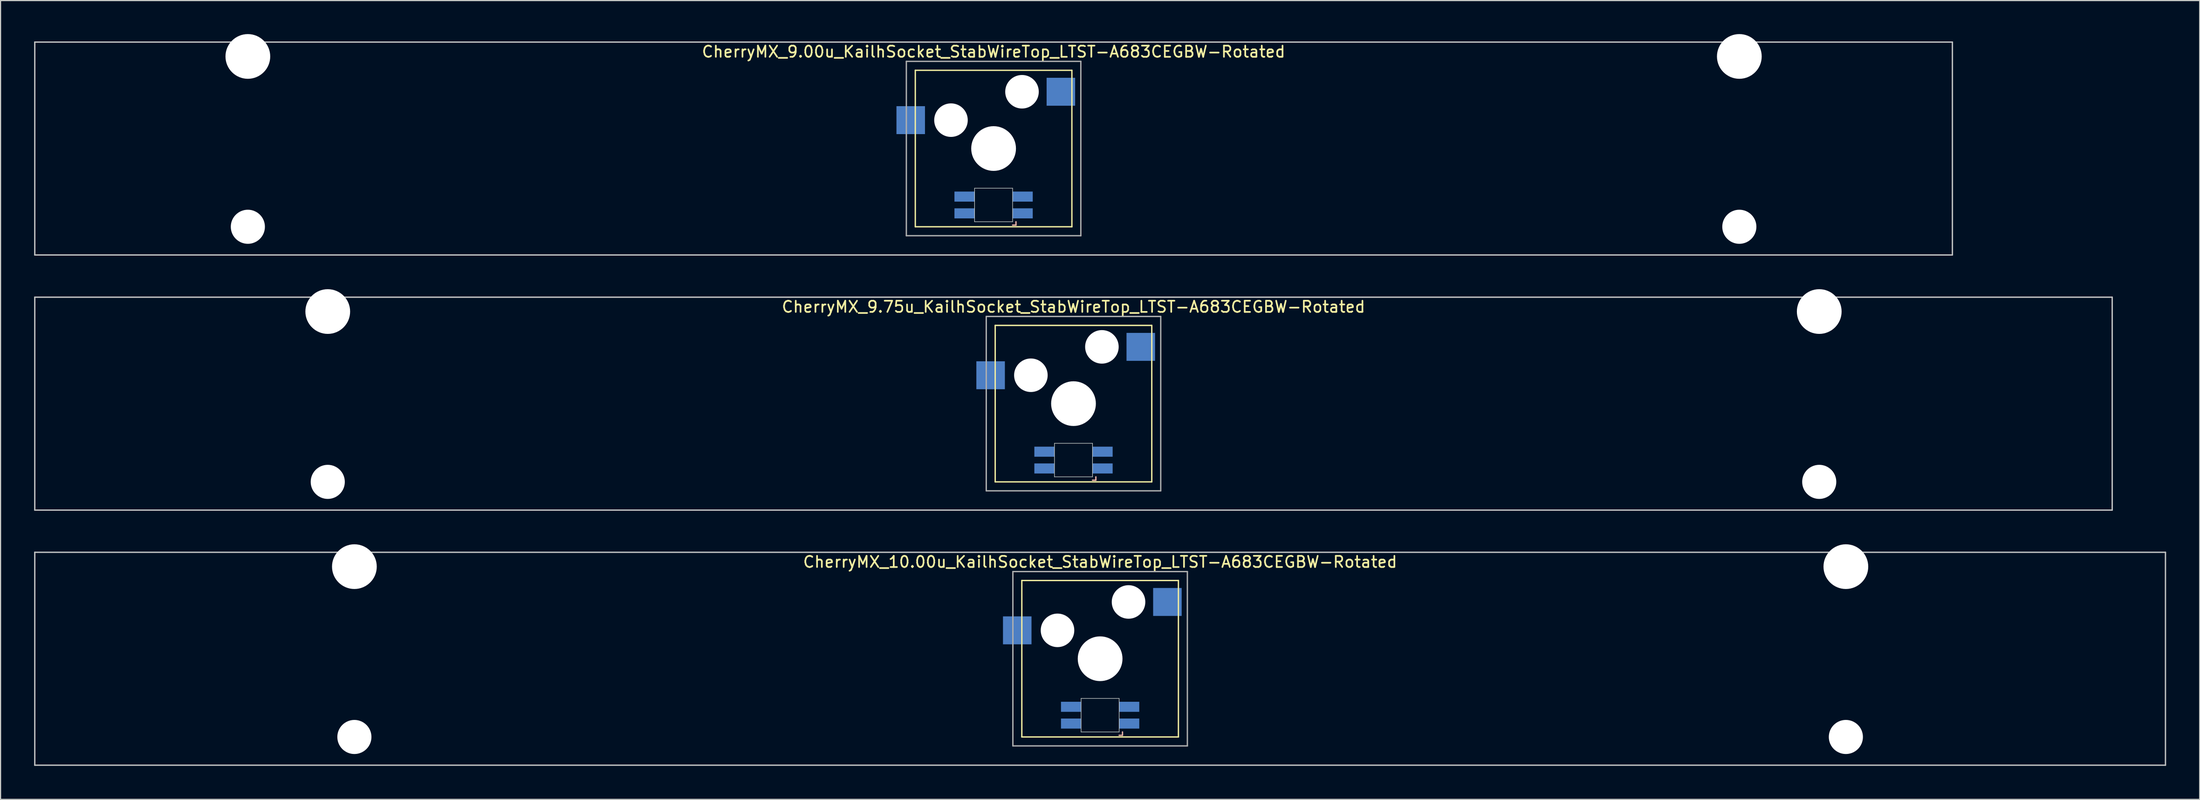
<source format=kicad_pcb>
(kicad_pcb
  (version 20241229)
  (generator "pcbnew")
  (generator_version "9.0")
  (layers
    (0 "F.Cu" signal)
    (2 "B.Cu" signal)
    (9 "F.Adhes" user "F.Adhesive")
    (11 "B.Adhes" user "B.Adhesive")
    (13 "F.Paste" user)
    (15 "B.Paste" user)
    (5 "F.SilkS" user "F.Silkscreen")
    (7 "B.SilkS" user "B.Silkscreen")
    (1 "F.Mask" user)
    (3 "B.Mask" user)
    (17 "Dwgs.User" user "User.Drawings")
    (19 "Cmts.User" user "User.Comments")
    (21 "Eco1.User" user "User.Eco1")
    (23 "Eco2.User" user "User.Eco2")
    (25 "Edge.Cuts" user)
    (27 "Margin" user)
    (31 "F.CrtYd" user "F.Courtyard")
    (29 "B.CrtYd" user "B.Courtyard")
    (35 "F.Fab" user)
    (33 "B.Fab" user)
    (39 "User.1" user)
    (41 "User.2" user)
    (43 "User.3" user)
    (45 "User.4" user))
  (footprint "CherryMX_9.75u_KailhSocket_StabWireTop_LTST-A683CEGBW-Rotated"
    (layer "F.Cu")
    (at 92.929 33.065)
    (property "Reference" "CherryMX_9.75u_KailhSocket_StabWireTop_LTST-A683CEGBW-Rotated" (at 0 -8.662 0) (layer "F.SilkS") (effects (font (size 1 1) (thickness 0.15))))
    (attr through_hole)
    (fp_line (start -7 -7) (end -7 7) (stroke (width 0.12) (type solid)) (layer "F.SilkS"))
    (fp_line (start -7 -7) (end 7 -7) (stroke (width 0.12) (type solid)) (layer "F.SilkS"))
    (fp_line (start 7 -7) (end 7 7) (stroke (width 0.12) (type solid)) (layer "F.SilkS"))
    (fp_line (start 7 7) (end -7 7) (stroke (width 0.12) (type solid)) (layer "F.SilkS"))
    (fp_line (start 1.7 6.85) (end 2 6.85) (stroke (width 0.12) (type solid)) (layer "B.SilkS"))
    (fp_line (start 2 6.85) (end 2 6.55) (stroke (width 0.12) (type solid)) (layer "B.SilkS"))
    (fp_line (start -92.869 -9.525) (end 92.869 -9.525) (stroke (width 0.12) (type solid)) (layer "Dwgs.User"))
    (fp_line (start -92.869 9.525) (end -92.869 -9.525) (stroke (width 0.12) (type solid)) (layer "Dwgs.User"))
    (fp_line (start 92.869 -9.525) (end 92.869 9.525) (stroke (width 0.12) (type solid)) (layer "Dwgs.User"))
    (fp_line (start 92.869 9.525) (end -92.869 9.525) (stroke (width 0.12) (type solid)) (layer "Dwgs.User"))
    (fp_line (start -1.7 3.55) (end 1.7 3.55) (stroke (width 0.05) (type solid)) (layer "Edge.Cuts"))
    (fp_line (start -1.7 6.55) (end -1.7 3.55) (stroke (width 0.05) (type solid)) (layer "Edge.Cuts"))
    (fp_line (start 1.7 3.55) (end 1.7 6.55) (stroke (width 0.05) (type solid)) (layer "Edge.Cuts"))
    (fp_line (start 1.7 6.55) (end -1.7 6.55) (stroke (width 0.05) (type solid)) (layer "Edge.Cuts"))
    (fp_line (start -7.8 -7.8) (end -7.8 7.8) (stroke (width 0.12) (type solid)) (layer "F.Fab"))
    (fp_line (start -7.8 -7.8) (end 7.8 -7.8) (stroke (width 0.12) (type solid)) (layer "F.Fab"))
    (fp_line (start -7.8 7.8) (end 7.8 7.8) (stroke (width 0.12) (type solid)) (layer "F.Fab"))
    (fp_line (start 7.8 -7.8) (end 7.8 7.8) (stroke (width 0.12) (type solid)) (layer "F.Fab"))
    (pad "" np_thru_hole circle (at -66.675 -8.24) (size 4 4) (drill 4) (layers "*.Cu" "*.Mask"))
    (pad "" np_thru_hole circle (at -66.675 7) (size 3.05 3.05) (drill 3.05) (layers "*.Cu" "*.Mask"))
    (pad "" np_thru_hole circle (at -3.81 -2.54) (size 3 3) (drill 3) (layers "*.Cu" "*.Mask"))
    (pad "" np_thru_hole circle (at 0 0) (size 4 4) (drill 4) (layers "*.Cu" "*.Mask"))
    (pad "" np_thru_hole circle (at 2.54 -5.08) (size 3 3) (drill 3) (layers "*.Cu" "*.Mask"))
    (pad "" np_thru_hole circle (at 66.675 -8.24) (size 4 4) (drill 4) (layers "*.Cu" "*.Mask"))
    (pad "" np_thru_hole circle (at 66.675 7) (size 3.05 3.05) (drill 3.05) (layers "*.Cu" "*.Mask"))
    (pad "1" smd rect (at -7.41 -2.54) (size 2.55 2.5) (layers "B.Cu" "B.Mask" "B.Paste"))
    (pad "2" smd rect (at 6.015 -5.08) (size 2.55 2.5) (layers "B.Cu" "B.Mask" "B.Paste"))
    (pad "3" smd rect (at 2.6 5.8) (size 1.8 0.9) (layers "B.Cu" "B.Mask" "B.Paste"))
    (pad "4" smd rect (at 2.6 4.3) (size 1.8 0.9) (layers "B.Cu" "B.Mask" "B.Paste"))
    (pad "5" smd rect (at -2.6 5.8) (size 1.8 0.9) (layers "B.Cu" "B.Mask" "B.Paste"))
    (pad "6" smd rect (at -2.6 4.3) (size 1.8 0.9) (layers "B.Cu" "B.Mask" "B.Paste")))
  (footprint "CherryMX_9.00u_KailhSocket_StabWireTop_LTST-A683CEGBW-Rotated"
    (layer "F.Cu")
    (at 85.785 10.24)
    (property "Reference" "CherryMX_9.00u_KailhSocket_StabWireTop_LTST-A683CEGBW-Rotated" (at 0 -8.662 0) (layer "F.SilkS") (effects (font (size 1 1) (thickness 0.15))))
    (attr through_hole)
    (fp_line (start -7 -7) (end -7 7) (stroke (width 0.12) (type solid)) (layer "F.SilkS"))
    (fp_line (start -7 -7) (end 7 -7) (stroke (width 0.12) (type solid)) (layer "F.SilkS"))
    (fp_line (start 7 -7) (end 7 7) (stroke (width 0.12) (type solid)) (layer "F.SilkS"))
    (fp_line (start 7 7) (end -7 7) (stroke (width 0.12) (type solid)) (layer "F.SilkS"))
    (fp_line (start 1.7 6.85) (end 2 6.85) (stroke (width 0.12) (type solid)) (layer "B.SilkS"))
    (fp_line (start 2 6.85) (end 2 6.55) (stroke (width 0.12) (type solid)) (layer "B.SilkS"))
    (fp_line (start -85.725 -9.525) (end 85.725 -9.525) (stroke (width 0.12) (type solid)) (layer "Dwgs.User"))
    (fp_line (start -85.725 9.525) (end -85.725 -9.525) (stroke (width 0.12) (type solid)) (layer "Dwgs.User"))
    (fp_line (start 85.725 -9.525) (end 85.725 9.525) (stroke (width 0.12) (type solid)) (layer "Dwgs.User"))
    (fp_line (start 85.725 9.525) (end -85.725 9.525) (stroke (width 0.12) (type solid)) (layer "Dwgs.User"))
    (fp_line (start -1.7 3.55) (end 1.7 3.55) (stroke (width 0.05) (type solid)) (layer "Edge.Cuts"))
    (fp_line (start -1.7 6.55) (end -1.7 3.55) (stroke (width 0.05) (type solid)) (layer "Edge.Cuts"))
    (fp_line (start 1.7 3.55) (end 1.7 6.55) (stroke (width 0.05) (type solid)) (layer "Edge.Cuts"))
    (fp_line (start 1.7 6.55) (end -1.7 6.55) (stroke (width 0.05) (type solid)) (layer "Edge.Cuts"))
    (fp_line (start -7.8 -7.8) (end -7.8 7.8) (stroke (width 0.12) (type solid)) (layer "F.Fab"))
    (fp_line (start -7.8 -7.8) (end 7.8 -7.8) (stroke (width 0.12) (type solid)) (layer "F.Fab"))
    (fp_line (start -7.8 7.8) (end 7.8 7.8) (stroke (width 0.12) (type solid)) (layer "F.Fab"))
    (fp_line (start 7.8 -7.8) (end 7.8 7.8) (stroke (width 0.12) (type solid)) (layer "F.Fab"))
    (pad "" np_thru_hole circle (at -66.675 -8.24) (size 4 4) (drill 4) (layers "*.Cu" "*.Mask"))
    (pad "" np_thru_hole circle (at -66.675 7) (size 3.05 3.05) (drill 3.05) (layers "*.Cu" "*.Mask"))
    (pad "" np_thru_hole circle (at -3.81 -2.54) (size 3 3) (drill 3) (layers "*.Cu" "*.Mask"))
    (pad "" np_thru_hole circle (at 0 0) (size 4 4) (drill 4) (layers "*.Cu" "*.Mask"))
    (pad "" np_thru_hole circle (at 2.54 -5.08) (size 3 3) (drill 3) (layers "*.Cu" "*.Mask"))
    (pad "" np_thru_hole circle (at 66.675 -8.24) (size 4 4) (drill 4) (layers "*.Cu" "*.Mask"))
    (pad "" np_thru_hole circle (at 66.675 7) (size 3.05 3.05) (drill 3.05) (layers "*.Cu" "*.Mask"))
    (pad "1" smd rect (at -7.41 -2.54) (size 2.55 2.5) (layers "B.Cu" "B.Mask" "B.Paste"))
    (pad "2" smd rect (at 6.015 -5.08) (size 2.55 2.5) (layers "B.Cu" "B.Mask" "B.Paste"))
    (pad "3" smd rect (at 2.6 5.8) (size 1.8 0.9) (layers "B.Cu" "B.Mask" "B.Paste"))
    (pad "4" smd rect (at 2.6 4.3) (size 1.8 0.9) (layers "B.Cu" "B.Mask" "B.Paste"))
    (pad "5" smd rect (at -2.6 5.8) (size 1.8 0.9) (layers "B.Cu" "B.Mask" "B.Paste"))
    (pad "6" smd rect (at -2.6 4.3) (size 1.8 0.9) (layers "B.Cu" "B.Mask" "B.Paste")))
  (footprint "CherryMX_10.00u_KailhSocket_StabWireTop_LTST-A683CEGBW-Rotated"
    (layer "F.Cu")
    (at 95.31 55.89)
    (property "Reference" "CherryMX_10.00u_KailhSocket_StabWireTop_LTST-A683CEGBW-Rotated" (at 0 -8.662 0) (layer "F.SilkS") (effects (font (size 1 1) (thickness 0.15))))
    (attr through_hole)
    (fp_line (start -7 -7) (end -7 7) (stroke (width 0.12) (type solid)) (layer "F.SilkS"))
    (fp_line (start -7 -7) (end 7 -7) (stroke (width 0.12) (type solid)) (layer "F.SilkS"))
    (fp_line (start 7 -7) (end 7 7) (stroke (width 0.12) (type solid)) (layer "F.SilkS"))
    (fp_line (start 7 7) (end -7 7) (stroke (width 0.12) (type solid)) (layer "F.SilkS"))
    (fp_line (start 1.7 6.85) (end 2 6.85) (stroke (width 0.12) (type solid)) (layer "B.SilkS"))
    (fp_line (start 2 6.85) (end 2 6.55) (stroke (width 0.12) (type solid)) (layer "B.SilkS"))
    (fp_line (start -95.25 -9.525) (end 95.25 -9.525) (stroke (width 0.12) (type solid)) (layer "Dwgs.User"))
    (fp_line (start -95.25 9.525) (end -95.25 -9.525) (stroke (width 0.12) (type solid)) (layer "Dwgs.User"))
    (fp_line (start 95.25 -9.525) (end 95.25 9.525) (stroke (width 0.12) (type solid)) (layer "Dwgs.User"))
    (fp_line (start 95.25 9.525) (end -95.25 9.525) (stroke (width 0.12) (type solid)) (layer "Dwgs.User"))
    (fp_line (start -1.7 3.55) (end 1.7 3.55) (stroke (width 0.05) (type solid)) (layer "Edge.Cuts"))
    (fp_line (start -1.7 6.55) (end -1.7 3.55) (stroke (width 0.05) (type solid)) (layer "Edge.Cuts"))
    (fp_line (start 1.7 3.55) (end 1.7 6.55) (stroke (width 0.05) (type solid)) (layer "Edge.Cuts"))
    (fp_line (start 1.7 6.55) (end -1.7 6.55) (stroke (width 0.05) (type solid)) (layer "Edge.Cuts"))
    (fp_line (start -7.8 -7.8) (end -7.8 7.8) (stroke (width 0.12) (type solid)) (layer "F.Fab"))
    (fp_line (start -7.8 -7.8) (end 7.8 -7.8) (stroke (width 0.12) (type solid)) (layer "F.Fab"))
    (fp_line (start -7.8 7.8) (end 7.8 7.8) (stroke (width 0.12) (type solid)) (layer "F.Fab"))
    (fp_line (start 7.8 -7.8) (end 7.8 7.8) (stroke (width 0.12) (type solid)) (layer "F.Fab"))
    (pad "" np_thru_hole circle (at -66.675 -8.24) (size 4 4) (drill 4) (layers "*.Cu" "*.Mask"))
    (pad "" np_thru_hole circle (at -66.675 7) (size 3.05 3.05) (drill 3.05) (layers "*.Cu" "*.Mask"))
    (pad "" np_thru_hole circle (at -3.81 -2.54) (size 3 3) (drill 3) (layers "*.Cu" "*.Mask"))
    (pad "" np_thru_hole circle (at 0 0) (size 4 4) (drill 4) (layers "*.Cu" "*.Mask"))
    (pad "" np_thru_hole circle (at 2.54 -5.08) (size 3 3) (drill 3) (layers "*.Cu" "*.Mask"))
    (pad "" np_thru_hole circle (at 66.675 -8.24) (size 4 4) (drill 4) (layers "*.Cu" "*.Mask"))
    (pad "" np_thru_hole circle (at 66.675 7) (size 3.05 3.05) (drill 3.05) (layers "*.Cu" "*.Mask"))
    (pad "1" smd rect (at -7.41 -2.54) (size 2.55 2.5) (layers "B.Cu" "B.Mask" "B.Paste"))
    (pad "2" smd rect (at 6.015 -5.08) (size 2.55 2.5) (layers "B.Cu" "B.Mask" "B.Paste"))
    (pad "3" smd rect (at 2.6 5.8) (size 1.8 0.9) (layers "B.Cu" "B.Mask" "B.Paste"))
    (pad "4" smd rect (at 2.6 4.3) (size 1.8 0.9) (layers "B.Cu" "B.Mask" "B.Paste"))
    (pad "5" smd rect (at -2.6 5.8) (size 1.8 0.9) (layers "B.Cu" "B.Mask" "B.Paste"))
    (pad "6" smd rect (at -2.6 4.3) (size 1.8 0.9) (layers "B.Cu" "B.Mask" "B.Paste")))
  (gr_rect
    (start -3 -3)
    (end 193.62 68.475)
    (stroke (width 0.1) (type default))
    (fill no)
    (layer "Edge.Cuts")))
</source>
